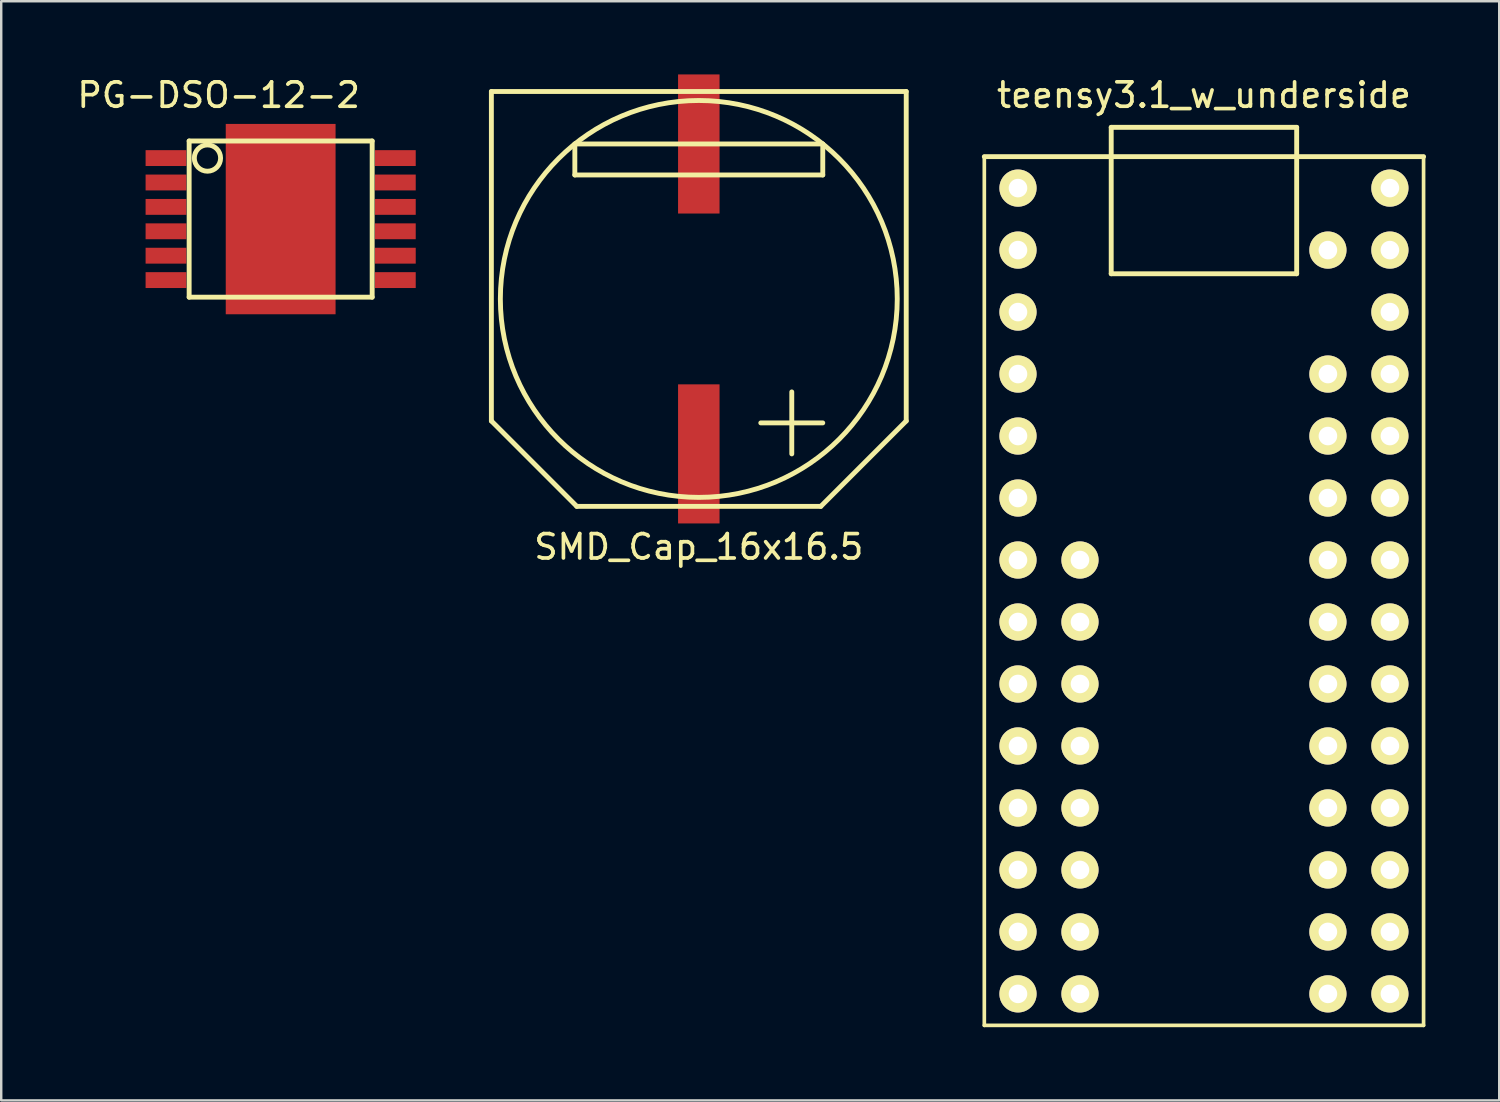
<source format=kicad_pcb>
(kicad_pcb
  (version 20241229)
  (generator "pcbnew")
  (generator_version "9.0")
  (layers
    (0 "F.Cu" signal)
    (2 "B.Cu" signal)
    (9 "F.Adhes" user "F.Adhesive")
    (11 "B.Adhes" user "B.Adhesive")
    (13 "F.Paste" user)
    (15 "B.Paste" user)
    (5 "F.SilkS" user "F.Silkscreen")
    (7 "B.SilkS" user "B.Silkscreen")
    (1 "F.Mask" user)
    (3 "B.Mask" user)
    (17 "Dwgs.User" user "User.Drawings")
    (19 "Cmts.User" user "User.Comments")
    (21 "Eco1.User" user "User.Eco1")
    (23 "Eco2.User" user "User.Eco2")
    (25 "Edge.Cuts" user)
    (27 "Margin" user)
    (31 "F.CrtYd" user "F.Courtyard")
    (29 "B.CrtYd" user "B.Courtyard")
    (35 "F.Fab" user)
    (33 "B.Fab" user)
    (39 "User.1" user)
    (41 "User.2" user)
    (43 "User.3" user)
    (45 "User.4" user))
  (footprint "PG-DSO-12-2"
    (layer "F.Cu")
    (at 8.451 5.928)
    (property "Reference" "PG-DSO-12-2" (at -2.54 -5.08 0) (layer "F.SilkS") (effects (font (size 1 1) (thickness 0.15))))
    (attr through_hole)
    (fp_line (start -3.75 -3.2) (end 3.75 -3.2) (stroke (width 0.2) (type solid)) (layer "F.SilkS"))
    (fp_line (start -3.75 3.2) (end -3.75 -3.2) (stroke (width 0.2) (type solid)) (layer "F.SilkS"))
    (fp_line (start 3.75 -3.2) (end 3.75 3.2) (stroke (width 0.2) (type solid)) (layer "F.SilkS"))
    (fp_line (start 3.75 3.2) (end -3.75 3.2) (stroke (width 0.2) (type solid)) (layer "F.SilkS"))
    (fp_circle (center -3 -2.5) (end -3.2 -3) (stroke (width 0.2) (type solid)) (fill no) (layer "F.SilkS"))
    (pad "1" smd rect (at -4.7 -2.5) (size 1.67 0.65) (layers "F.Cu" "F.Mask" "F.Paste"))
    (pad "2" smd rect (at -4.7 -1.5) (size 1.67 0.65) (layers "F.Cu" "F.Mask" "F.Paste"))
    (pad "3" smd rect (at -4.7 -0.5) (size 1.67 0.65) (layers "F.Cu" "F.Mask" "F.Paste"))
    (pad "4" smd rect (at -4.7 0.5) (size 1.67 0.65) (layers "F.Cu" "F.Mask" "F.Paste"))
    (pad "5" smd rect (at -4.7 1.5) (size 1.67 0.65) (layers "F.Cu" "F.Mask" "F.Paste"))
    (pad "6" smd rect (at -4.7 2.5) (size 1.67 0.65) (layers "F.Cu" "F.Mask" "F.Paste"))
    (pad "7" smd rect (at 4.7 2.5) (size 1.67 0.65) (layers "F.Cu" "F.Mask" "F.Paste"))
    (pad "8" smd rect (at 4.7 1.5) (size 1.67 0.65) (layers "F.Cu" "F.Mask" "F.Paste"))
    (pad "9" smd rect (at 4.7 0.5) (size 1.67 0.65) (layers "F.Cu" "F.Mask" "F.Paste"))
    (pad "10" smd rect (at 4.7 -0.5) (size 1.67 0.65) (layers "F.Cu" "F.Mask" "F.Paste"))
    (pad "11" smd rect (at 4.7 -1.5) (size 1.67 0.65) (layers "F.Cu" "F.Mask" "F.Paste"))
    (pad "12" smd rect (at 4.7 -2.5) (size 1.67 0.65) (layers "F.Cu" "F.Mask" "F.Paste"))
    (pad "tab" smd rect (at 0 0) (size 4.5 7.8) (layers "F.Cu" "F.Mask" "F.Paste")))
  (footprint "teensy3.1_w_underside"
    (layer "F.Cu")
    (at 46.286 21.168)
    (property "Reference" "teensy3.1_w_underside" (at 0 -20.32 0) (layer "F.SilkS") (effects (font (size 1 1) (thickness 0.15))))
    (attr through_hole)
    (fp_line (start -9 -17.8) (end 9 -17.8) (stroke (width 0.2) (type solid)) (layer "F.SilkS"))
    (fp_line (start -9 17.8) (end -9 -17.8) (stroke (width 0.15) (type solid)) (layer "F.SilkS"))
    (fp_line (start -3.8 -19) (end -3.8 -13) (stroke (width 0.2) (type solid)) (layer "F.SilkS"))
    (fp_line (start -3.8 -13) (end 3.8 -13) (stroke (width 0.2) (type solid)) (layer "F.SilkS"))
    (fp_line (start 3.8 -19) (end -3.8 -19) (stroke (width 0.2) (type solid)) (layer "F.SilkS"))
    (fp_line (start 3.8 -13) (end 3.8 -19) (stroke (width 0.2) (type solid)) (layer "F.SilkS"))
    (fp_line (start 9 -17.8) (end 9 17.8) (stroke (width 0.15) (type solid)) (layer "F.SilkS"))
    (fp_line (start 9 17.8) (end -9 17.8) (stroke (width 0.15) (type solid)) (layer "F.SilkS"))
    (pad "0" thru_hole circle (at -7.62 -16.51) (size 1.524 1.524) (drill 0.762) (layers "*.Cu" "*.Mask" "F.SilkS"))
    (pad "1" thru_hole circle (at -7.62 -13.97) (size 1.524 1.524) (drill 0.762) (layers "*.Cu" "*.Mask" "F.SilkS"))
    (pad "2" thru_hole circle (at -7.62 -11.43) (size 1.524 1.524) (drill 0.762) (layers "*.Cu" "*.Mask" "F.SilkS"))
    (pad "3" thru_hole circle (at -7.62 -8.89) (size 1.524 1.524) (drill 0.762) (layers "*.Cu" "*.Mask" "F.SilkS"))
    (pad "4" thru_hole circle (at -7.62 -6.35) (size 1.524 1.524) (drill 0.762) (layers "*.Cu" "*.Mask" "F.SilkS"))
    (pad "5" thru_hole circle (at -7.62 -3.81) (size 1.524 1.524) (drill 0.762) (layers "*.Cu" "*.Mask" "F.SilkS"))
    (pad "6" thru_hole circle (at -7.62 -1.27) (size 1.524 1.524) (drill 0.762) (layers "*.Cu" "*.Mask" "F.SilkS"))
    (pad "7" thru_hole circle (at -7.62 1.27) (size 1.524 1.524) (drill 0.762) (layers "*.Cu" "*.Mask" "F.SilkS"))
    (pad "8" thru_hole circle (at -7.62 3.81) (size 1.524 1.524) (drill 0.762) (layers "*.Cu" "*.Mask" "F.SilkS"))
    (pad "9" thru_hole circle (at -7.62 6.35) (size 1.524 1.524) (drill 0.762) (layers "*.Cu" "*.Mask" "F.SilkS"))
    (pad "10" thru_hole circle (at -7.62 8.89) (size 1.524 1.524) (drill 0.762) (layers "*.Cu" "*.Mask" "F.SilkS"))
    (pad "11" thru_hole circle (at -7.62 11.43) (size 1.524 1.524) (drill 0.762) (layers "*.Cu" "*.Mask" "F.SilkS"))
    (pad "12" thru_hole circle (at -7.62 13.97) (size 1.524 1.524) (drill 0.762) (layers "*.Cu" "*.Mask" "F.SilkS"))
    (pad "13" thru_hole circle (at -7.62 16.51) (size 1.524 1.524) (drill 0.762) (layers "*.Cu" "*.Mask" "F.SilkS"))
    (pad "14" thru_hole circle (at 5.08 16.51) (size 1.524 1.524) (drill 0.762) (layers "*.Cu" "*.Mask" "F.SilkS"))
    (pad "18" thru_hole circle (at -5.08 16.51) (size 1.524 1.524) (drill 0.762) (layers "*.Cu" "*.Mask" "F.SilkS"))
    (pad "19" thru_hole circle (at 7.62 16.51) (size 1.524 1.524) (drill 0.762) (layers "*.Cu" "*.Mask" "F.SilkS"))
    (pad "20" thru_hole circle (at 7.62 13.97) (size 1.524 1.524) (drill 0.762) (layers "*.Cu" "*.Mask" "F.SilkS"))
    (pad "21" thru_hole circle (at 7.62 11.43) (size 1.524 1.524) (drill 0.762) (layers "*.Cu" "*.Mask" "F.SilkS"))
    (pad "22" thru_hole circle (at 7.62 8.89) (size 1.524 1.524) (drill 0.762) (layers "*.Cu" "*.Mask" "F.SilkS"))
    (pad "23" thru_hole circle (at 7.62 6.35) (size 1.524 1.524) (drill 0.762) (layers "*.Cu" "*.Mask" "F.SilkS"))
    (pad "24" thru_hole circle (at 7.62 3.81) (size 1.524 1.524) (drill 0.762) (layers "*.Cu" "*.Mask" "F.SilkS"))
    (pad "25" thru_hole circle (at 7.62 1.27) (size 1.524 1.524) (drill 0.762) (layers "*.Cu" "*.Mask" "F.SilkS"))
    (pad "26" thru_hole circle (at 7.62 -1.27) (size 1.524 1.524) (drill 0.762) (layers "*.Cu" "*.Mask" "F.SilkS"))
    (pad "27" thru_hole circle (at 7.62 -3.81) (size 1.524 1.524) (drill 0.762) (layers "*.Cu" "*.Mask" "F.SilkS"))
    (pad "28" thru_hole circle (at 7.62 -6.35) (size 1.524 1.524) (drill 0.762) (layers "*.Cu" "*.Mask" "F.SilkS"))
    (pad "29" thru_hole circle (at 7.62 -8.89) (size 1.524 1.524) (drill 0.762) (layers "*.Cu" "*.Mask" "F.SilkS"))
    (pad "30" thru_hole circle (at 7.62 -11.43) (size 1.524 1.524) (drill 0.762) (layers "*.Cu" "*.Mask" "F.SilkS"))
    (pad "31" thru_hole circle (at 7.62 -13.97) (size 1.524 1.524) (drill 0.762) (layers "*.Cu" "*.Mask" "F.SilkS"))
    (pad "32" thru_hole circle (at 7.62 -16.51) (size 1.524 1.524) (drill 0.762) (layers "*.Cu" "*.Mask" "F.SilkS"))
    (pad "33" thru_hole circle (at -5.08 -1.27) (size 1.524 1.524) (drill 0.762) (layers "*.Cu" "*.Mask" "F.SilkS"))
    (pad "34" thru_hole circle (at -5.08 1.27) (size 1.524 1.524) (drill 0.762) (layers "*.Cu" "*.Mask" "F.SilkS"))
    (pad "35" thru_hole circle (at -5.08 3.81) (size 1.524 1.524) (drill 0.762) (layers "*.Cu" "*.Mask" "F.SilkS"))
    (pad "36" thru_hole circle (at -5.08 6.35) (size 1.524 1.524) (drill 0.762) (layers "*.Cu" "*.Mask" "F.SilkS"))
    (pad "37" thru_hole circle (at -5.08 8.89) (size 1.524 1.524) (drill 0.762) (layers "*.Cu" "*.Mask" "F.SilkS"))
    (pad "38" thru_hole circle (at -5.08 11.43) (size 1.524 1.524) (drill 0.762) (layers "*.Cu" "*.Mask" "F.SilkS"))
    (pad "39" thru_hole circle (at -5.08 13.97) (size 1.524 1.524) (drill 0.762) (layers "*.Cu" "*.Mask" "F.SilkS"))
    (pad "40" thru_hole circle (at 5.08 13.97) (size 1.524 1.524) (drill 0.762) (layers "*.Cu" "*.Mask" "F.SilkS"))
    (pad "41" thru_hole circle (at 5.08 11.43) (size 1.524 1.524) (drill 0.762) (layers "*.Cu" "*.Mask" "F.SilkS"))
    (pad "42" thru_hole circle (at 5.08 8.89) (size 1.524 1.524) (drill 0.762) (layers "*.Cu" "*.Mask" "F.SilkS"))
    (pad "43" thru_hole circle (at 5.08 6.35) (size 1.524 1.524) (drill 0.762) (layers "*.Cu" "*.Mask" "F.SilkS"))
    (pad "44" thru_hole circle (at 5.08 3.81) (size 1.524 1.524) (drill 0.762) (layers "*.Cu" "*.Mask" "F.SilkS"))
    (pad "45" thru_hole circle (at 5.08 1.27) (size 1.524 1.524) (drill 0.762) (layers "*.Cu" "*.Mask" "F.SilkS"))
    (pad "46" thru_hole circle (at 5.08 -1.27) (size 1.524 1.524) (drill 0.762) (layers "*.Cu" "*.Mask" "F.SilkS"))
    (pad "47" thru_hole circle (at 5.08 -3.81) (size 1.524 1.524) (drill 0.762) (layers "*.Cu" "*.Mask" "F.SilkS"))
    (pad "48" thru_hole circle (at 5.08 -6.35) (size 1.524 1.524) (drill 0.762) (layers "*.Cu" "*.Mask" "F.SilkS"))
    (pad "49" thru_hole circle (at 5.08 -8.89) (size 1.524 1.524) (drill 0.762) (layers "*.Cu" "*.Mask" "F.SilkS"))
    (pad "50" thru_hole circle (at 5.08 -13.97) (size 1.524 1.524) (drill 0.762) (layers "*.Cu" "*.Mask" "F.SilkS")))
  (footprint "SMD_Cap_16x16.5"
    (layer "F.Cu")
    (at 25.586 9.2)
    (property "Reference" "SMD_Cap_16x16.5" (at 0 10.16 180) (layer "F.SilkS") (effects (font (size 1 1) (thickness 0.15))))
    (attr through_hole)
    (fp_line (start -8.5 -8.5) (end 8.5 -8.5) (stroke (width 0.2) (type solid)) (layer "F.SilkS"))
    (fp_line (start -8.5 5) (end -8.5 -8.5) (stroke (width 0.2) (type solid)) (layer "F.SilkS"))
    (fp_line (start -5.08 -6.35) (end -5.08 -5.08) (stroke (width 0.2) (type solid)) (layer "F.SilkS"))
    (fp_line (start -5.08 -5.08) (end 5.08 -5.08) (stroke (width 0.2) (type solid)) (layer "F.SilkS"))
    (fp_line (start -5 8.5) (end -8.5 5) (stroke (width 0.2) (type solid)) (layer "F.SilkS"))
    (fp_line (start 2.54 5.08) (end 5.08 5.08) (stroke (width 0.2) (type solid)) (layer "F.SilkS"))
    (fp_line (start 3.81 6.35) (end 3.81 3.81) (stroke (width 0.2) (type solid)) (layer "F.SilkS"))
    (fp_line (start 5 8.5) (end -5 8.5) (stroke (width 0.2) (type solid)) (layer "F.SilkS"))
    (fp_line (start 5.08 -6.35) (end -5.08 -6.35) (stroke (width 0.2) (type solid)) (layer "F.SilkS"))
    (fp_line (start 5.08 -5.08) (end 5.08 -6.35) (stroke (width 0.2) (type solid)) (layer "F.SilkS"))
    (fp_line (start 8.5 -8.5) (end 8.5 5) (stroke (width 0.2) (type solid)) (layer "F.SilkS"))
    (fp_line (start 8.5 5) (end 5 8.5) (stroke (width 0.2) (type solid)) (layer "F.SilkS"))
    (fp_circle (center 0 0) (end -5.08 -6.35) (stroke (width 0.2) (type solid)) (fill no) (layer "F.SilkS"))
    (pad "1" smd rect (at 0 6.35) (size 1.7 5.7) (layers "F.Cu" "F.Mask" "F.Paste"))
    (pad "2" smd rect (at 0 -6.35) (size 1.7 5.7) (layers "F.Cu" "F.Mask" "F.Paste")))
  (gr_rect
    (start -3 -3)
    (end 58.386 42.043)
    (stroke (width 0.1) (type default))
    (fill no)
    (layer "Edge.Cuts")))
</source>
